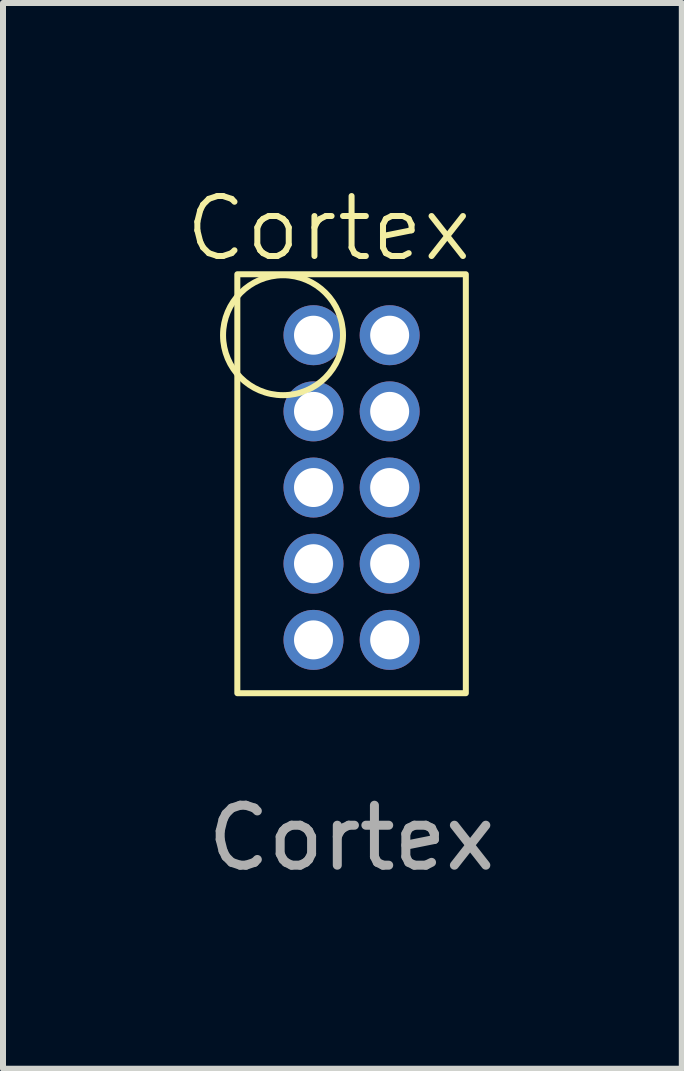
<source format=kicad_pcb>
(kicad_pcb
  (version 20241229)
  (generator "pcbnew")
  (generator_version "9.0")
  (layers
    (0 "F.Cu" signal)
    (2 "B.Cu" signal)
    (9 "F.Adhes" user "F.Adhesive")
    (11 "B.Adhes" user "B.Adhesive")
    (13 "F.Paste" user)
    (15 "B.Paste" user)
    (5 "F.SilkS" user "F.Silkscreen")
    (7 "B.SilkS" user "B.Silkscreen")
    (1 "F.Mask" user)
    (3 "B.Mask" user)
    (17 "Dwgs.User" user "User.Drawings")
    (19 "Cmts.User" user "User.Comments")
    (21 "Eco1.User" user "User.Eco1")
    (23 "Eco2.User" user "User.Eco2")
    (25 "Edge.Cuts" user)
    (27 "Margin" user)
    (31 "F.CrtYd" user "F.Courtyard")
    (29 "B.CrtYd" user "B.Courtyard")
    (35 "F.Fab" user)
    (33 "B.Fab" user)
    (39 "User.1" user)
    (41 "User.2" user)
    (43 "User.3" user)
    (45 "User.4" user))
  (footprint "Cortex"
    (layer "F.Cu")
    (at 2.812 5.079)
    (property "Reference" "Cortex" (at -0.381 -4.318 0) (unlocked yes) (layer "F.SilkS") (effects (font (size 1 1) (thickness 0.1))))
    (attr smd)
    (fp_rect (start -1.905 -3.556) (end 1.905 3.429) (stroke (width 0.1) (type default)) (fill no) (layer "F.SilkS"))
    (fp_circle (center -1.143 -2.54) (end -0.143 -2.54) (stroke (width 0.1) (type default)) (fill no) (layer "F.SilkS"))
    (fp_text user "${REFERENCE}" (at 0 5.842 0) (unlocked yes) (layer "F.Fab") (effects (font (size 1 1) (thickness 0.15))))
    (pad "1" thru_hole circle (at -0.635 -2.54) (size 1 1) (drill 0.65) (layers "*.Cu" "*.Mask"))
    (pad "2" thru_hole circle (at 0.635 -2.54) (size 1 1) (drill 0.65) (layers "*.Cu" "*.Mask"))
    (pad "3" thru_hole circle (at -0.635 -1.27) (size 1 1) (drill 0.65) (layers "*.Cu" "*.Mask"))
    (pad "4" thru_hole circle (at 0.635 -1.27) (size 1 1) (drill 0.65) (layers "*.Cu" "*.Mask"))
    (pad "5" thru_hole circle (at -0.635 0) (size 1 1) (drill 0.65) (layers "*.Cu" "*.Mask"))
    (pad "6" thru_hole circle (at 0.635 0) (size 1 1) (drill 0.65) (layers "*.Cu" "*.Mask"))
    (pad "7" thru_hole circle (at -0.635 1.27) (size 1 1) (drill 0.65) (layers "*.Cu" "*.Mask"))
    (pad "8" thru_hole circle (at 0.635 1.27) (size 1 1) (drill 0.65) (layers "*.Cu" "*.Mask"))
    (pad "9" thru_hole circle (at -0.635 2.54) (size 1 1) (drill 0.65) (layers "*.Cu" "*.Mask"))
    (pad "10" thru_hole circle (at 0.635 2.54) (size 1 1) (drill 0.65) (layers "*.Cu" "*.Mask")))
  (gr_rect
    (start -3 -3)
    (end 8.318 14.769)
    (stroke (width 0.1) (type default))
    (fill no)
    (layer "Edge.Cuts")))
</source>
